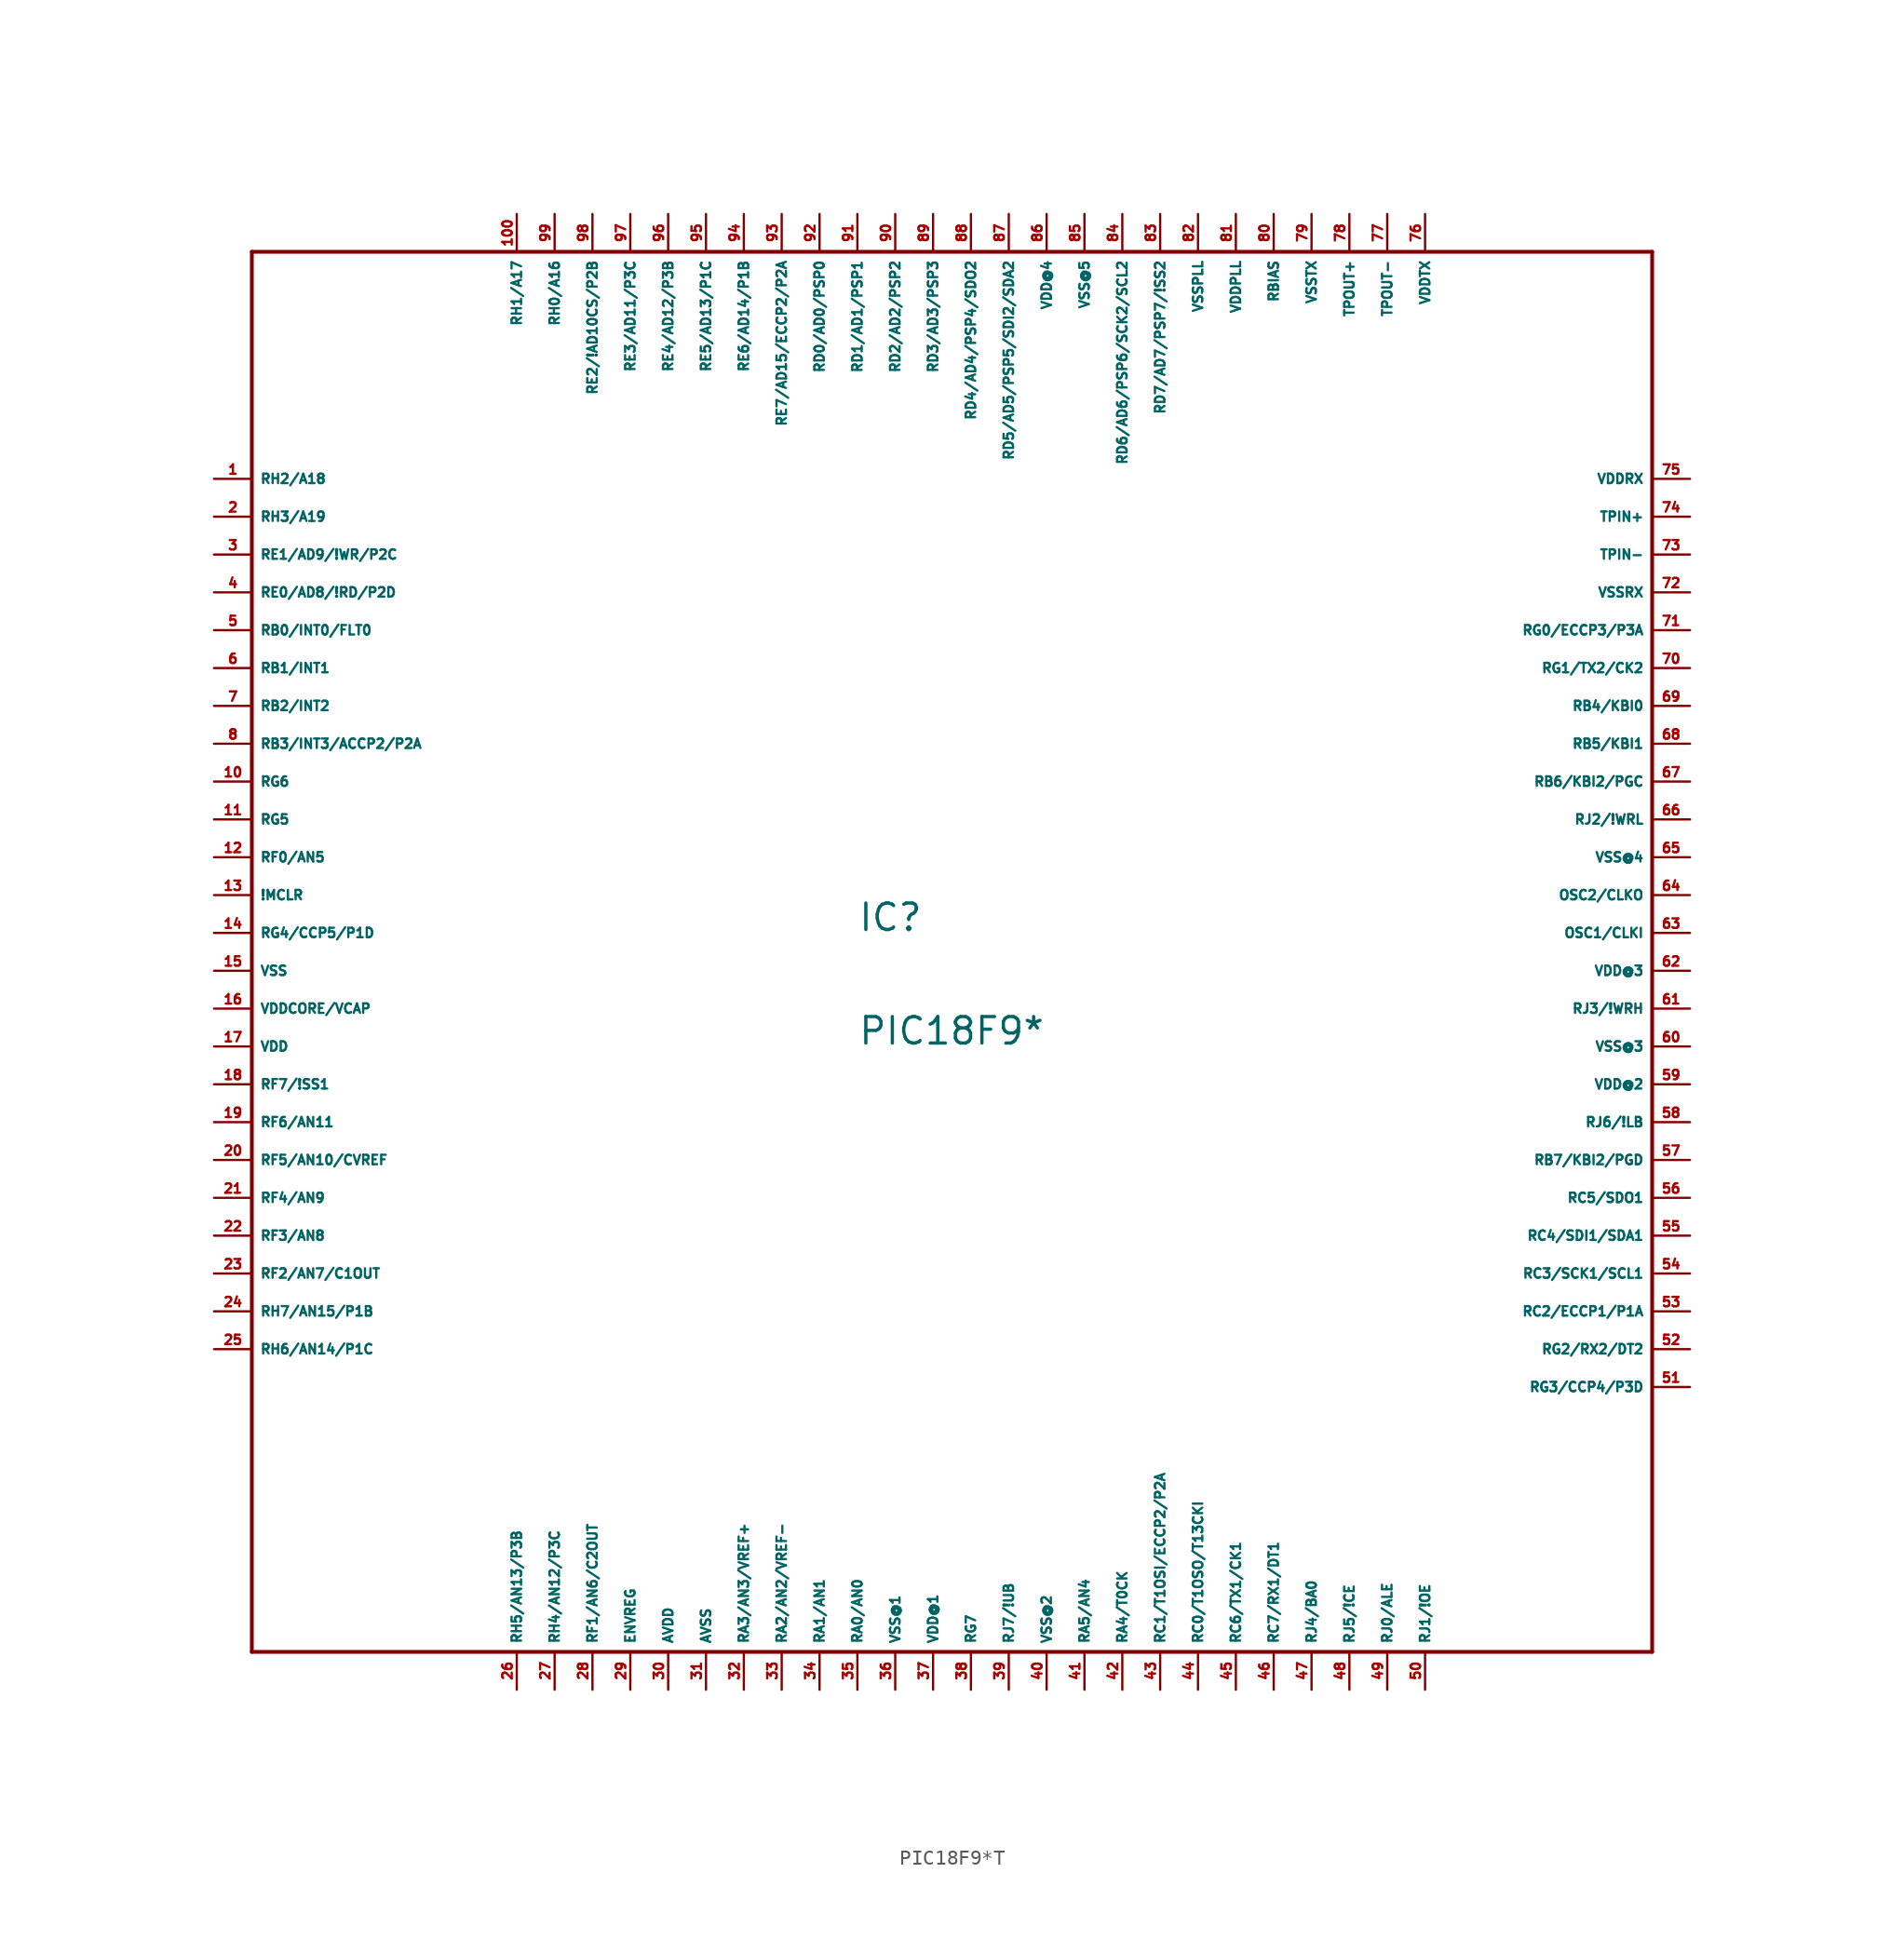
<source format=kicad_sym>
(kicad_symbol_lib
  (version 20220914)
  (generator Eagle2Kicad)
  (symbol "PIC18F9*T"
    (property "Reference" "IC"
      (at -7.62 2.54 0)
      (effects (font (size 1.778 1.778) (thickness 0.22)) (justify left bottom)))
    (property "Value" "PIC18F9*"
      (at -7.62 -5.08 0)
      (effects (font (size 1.778 1.778) (thickness 0.22)) (justify left bottom)))
    (polyline
      (pts (xy -48.26 48.26) (xy 45.72 48.26))
      (stroke (width 0.254) (type default))
      (fill (type none)))
    (polyline
      (pts (xy 45.72 48.26) (xy 45.72 -45.72))
      (stroke (width 0.254) (type default))
      (fill (type none)))
    (polyline
      (pts (xy 45.72 -45.72) (xy -48.26 -45.72))
      (stroke (width 0.254) (type default))
      (fill (type none)))
    (polyline
      (pts (xy -48.26 -45.72) (xy -48.26 48.26))
      (stroke (width 0.254) (type default))
      (fill (type none)))
    (pin bidirectional line
      (at -50.8 27.94 0)
      (length 2.54)
      (name "RE1/AD9/!WR/P2C" (effects (font (size 0.635 0.635) (thickness 0.08)) (justify left bottom)))
      (number "3" (effects (font (size 0.635 0.635) (thickness 0.08)) (justify left bottom))))
    (pin bidirectional line
      (at -50.8 25.4 0)
      (length 2.54)
      (name "RE0/AD8/!RD/P2D" (effects (font (size 0.635 0.635) (thickness 0.08)) (justify left bottom)))
      (number "4" (effects (font (size 0.635 0.635) (thickness 0.08)) (justify left bottom))))
    (pin bidirectional line
      (at 48.26 22.86 180)
      (length 2.54)
      (name "RG0/ECCP3/P3A" (effects (font (size 0.635 0.635) (thickness 0.08)) (justify left bottom)))
      (number "71" (effects (font (size 0.635 0.635) (thickness 0.08)) (justify left bottom))))
    (pin bidirectional line
      (at 48.26 20.32 180)
      (length 2.54)
      (name "RG1/TX2/CK2" (effects (font (size 0.635 0.635) (thickness 0.08)) (justify left bottom)))
      (number "70" (effects (font (size 0.635 0.635) (thickness 0.08)) (justify left bottom))))
    (pin bidirectional line
      (at 48.26 -25.4 180)
      (length 2.54)
      (name "RG2/RX2/DT2" (effects (font (size 0.635 0.635) (thickness 0.08)) (justify left bottom)))
      (number "52" (effects (font (size 0.635 0.635) (thickness 0.08)) (justify left bottom))))
    (pin bidirectional line
      (at 48.26 -27.94 180)
      (length 2.54)
      (name "RG3/CCP4/P3D" (effects (font (size 0.635 0.635) (thickness 0.08)) (justify left bottom)))
      (number "51" (effects (font (size 0.635 0.635) (thickness 0.08)) (justify left bottom))))
    (pin input line
      (at -50.8 5.08 0)
      (length 2.54)
      (name "!MCLR" (effects (font (size 0.635 0.635) (thickness 0.08)) (justify left bottom)))
      (number "13" (effects (font (size 0.635 0.635) (thickness 0.08)) (justify left bottom))))
    (pin bidirectional line
      (at -50.8 2.54 0)
      (length 2.54)
      (name "RG4/CCP5/P1D" (effects (font (size 0.635 0.635) (thickness 0.08)) (justify left bottom)))
      (number "14" (effects (font (size 0.635 0.635) (thickness 0.08)) (justify left bottom))))
    (pin unspecified line
      (at -50.8 0 0)
      (length 2.54)
      (name "VSS" (effects (font (size 0.635 0.635) (thickness 0.08)) (justify left bottom)))
      (number "15" (effects (font (size 0.635 0.635) (thickness 0.08)) (justify left bottom))))
    (pin unspecified line
      (at -50.8 -2.54 0)
      (length 2.54)
      (name "VDDCORE/VCAP" (effects (font (size 0.635 0.635) (thickness 0.08)) (justify left bottom)))
      (number "16" (effects (font (size 0.635 0.635) (thickness 0.08)) (justify left bottom))))
    (pin bidirectional line
      (at -50.8 -7.62 0)
      (length 2.54)
      (name "RF7/!SS1" (effects (font (size 0.635 0.635) (thickness 0.08)) (justify left bottom)))
      (number "18" (effects (font (size 0.635 0.635) (thickness 0.08)) (justify left bottom))))
    (pin bidirectional line
      (at -50.8 -10.16 0)
      (length 2.54)
      (name "RF6/AN11" (effects (font (size 0.635 0.635) (thickness 0.08)) (justify left bottom)))
      (number "19" (effects (font (size 0.635 0.635) (thickness 0.08)) (justify left bottom))))
    (pin bidirectional line
      (at -50.8 -12.7 0)
      (length 2.54)
      (name "RF5/AN10/CVREF" (effects (font (size 0.635 0.635) (thickness 0.08)) (justify left bottom)))
      (number "20" (effects (font (size 0.635 0.635) (thickness 0.08)) (justify left bottom))))
    (pin bidirectional line
      (at -50.8 -15.24 0)
      (length 2.54)
      (name "RF4/AN9" (effects (font (size 0.635 0.635) (thickness 0.08)) (justify left bottom)))
      (number "21" (effects (font (size 0.635 0.635) (thickness 0.08)) (justify left bottom))))
    (pin bidirectional line
      (at -50.8 -17.78 0)
      (length 2.54)
      (name "RF3/AN8" (effects (font (size 0.635 0.635) (thickness 0.08)) (justify left bottom)))
      (number "22" (effects (font (size 0.635 0.635) (thickness 0.08)) (justify left bottom))))
    (pin bidirectional line
      (at -50.8 -20.32 0)
      (length 2.54)
      (name "RF2/AN7/C1OUT" (effects (font (size 0.635 0.635) (thickness 0.08)) (justify left bottom)))
      (number "23" (effects (font (size 0.635 0.635) (thickness 0.08)) (justify left bottom))))
    (pin bidirectional line
      (at -25.4 -48.26 90)
      (length 2.54)
      (name "RF1/AN6/C2OUT" (effects (font (size 0.635 0.635) (thickness 0.08)) (justify left bottom)))
      (number "28" (effects (font (size 0.635 0.635) (thickness 0.08)) (justify left bottom))))
    (pin input line
      (at -22.86 -48.26 90)
      (length 2.54)
      (name "ENVREG" (effects (font (size 0.635 0.635) (thickness 0.08)) (justify left bottom)))
      (number "29" (effects (font (size 0.635 0.635) (thickness 0.08)) (justify left bottom))))
    (pin unspecified line
      (at -20.32 -48.26 90)
      (length 2.54)
      (name "AVDD" (effects (font (size 0.635 0.635) (thickness 0.08)) (justify left bottom)))
      (number "30" (effects (font (size 0.635 0.635) (thickness 0.08)) (justify left bottom))))
    (pin unspecified line
      (at -17.78 -48.26 90)
      (length 2.54)
      (name "AVSS" (effects (font (size 0.635 0.635) (thickness 0.08)) (justify left bottom)))
      (number "31" (effects (font (size 0.635 0.635) (thickness 0.08)) (justify left bottom))))
    (pin bidirectional line
      (at -15.24 -48.26 90)
      (length 2.54)
      (name "RA3/AN3/VREF+" (effects (font (size 0.635 0.635) (thickness 0.08)) (justify left bottom)))
      (number "32" (effects (font (size 0.635 0.635) (thickness 0.08)) (justify left bottom))))
    (pin bidirectional line
      (at -12.7 -48.26 90)
      (length 2.54)
      (name "RA2/AN2/VREF-" (effects (font (size 0.635 0.635) (thickness 0.08)) (justify left bottom)))
      (number "33" (effects (font (size 0.635 0.635) (thickness 0.08)) (justify left bottom))))
    (pin bidirectional line
      (at -10.16 -48.26 90)
      (length 2.54)
      (name "RA1/AN1" (effects (font (size 0.635 0.635) (thickness 0.08)) (justify left bottom)))
      (number "34" (effects (font (size 0.635 0.635) (thickness 0.08)) (justify left bottom))))
    (pin bidirectional line
      (at -7.62 -48.26 90)
      (length 2.54)
      (name "RA0/AN0" (effects (font (size 0.635 0.635) (thickness 0.08)) (justify left bottom)))
      (number "35" (effects (font (size 0.635 0.635) (thickness 0.08)) (justify left bottom))))
    (pin unspecified line
      (at -5.08 -48.26 90)
      (length 2.54)
      (name "VSS@1" (effects (font (size 0.635 0.635) (thickness 0.08)) (justify left bottom)))
      (number "36" (effects (font (size 0.635 0.635) (thickness 0.08)) (justify left bottom))))
    (pin unspecified line
      (at -2.54 -48.26 90)
      (length 2.54)
      (name "VDD@1" (effects (font (size 0.635 0.635) (thickness 0.08)) (justify left bottom)))
      (number "37" (effects (font (size 0.635 0.635) (thickness 0.08)) (justify left bottom))))
    (pin bidirectional line
      (at 7.62 -48.26 90)
      (length 2.54)
      (name "RA5/AN4" (effects (font (size 0.635 0.635) (thickness 0.08)) (justify left bottom)))
      (number "41" (effects (font (size 0.635 0.635) (thickness 0.08)) (justify left bottom))))
    (pin bidirectional line
      (at 10.16 -48.26 90)
      (length 2.54)
      (name "RA4/T0CK" (effects (font (size 0.635 0.635) (thickness 0.08)) (justify left bottom)))
      (number "42" (effects (font (size 0.635 0.635) (thickness 0.08)) (justify left bottom))))
    (pin bidirectional line
      (at 12.7 -48.26 90)
      (length 2.54)
      (name "RC1/T1OSI/ECCP2/P2A" (effects (font (size 0.635 0.635) (thickness 0.08)) (justify left bottom)))
      (number "43" (effects (font (size 0.635 0.635) (thickness 0.08)) (justify left bottom))))
    (pin bidirectional line
      (at 15.24 -48.26 90)
      (length 2.54)
      (name "RC0/T1OSO/T13CKI" (effects (font (size 0.635 0.635) (thickness 0.08)) (justify left bottom)))
      (number "44" (effects (font (size 0.635 0.635) (thickness 0.08)) (justify left bottom))))
    (pin bidirectional line
      (at 17.78 -48.26 90)
      (length 2.54)
      (name "RC6/TX1/CK1" (effects (font (size 0.635 0.635) (thickness 0.08)) (justify left bottom)))
      (number "45" (effects (font (size 0.635 0.635) (thickness 0.08)) (justify left bottom))))
    (pin bidirectional line
      (at 20.32 -48.26 90)
      (length 2.54)
      (name "RC7/RX1/DT1" (effects (font (size 0.635 0.635) (thickness 0.08)) (justify left bottom)))
      (number "46" (effects (font (size 0.635 0.635) (thickness 0.08)) (justify left bottom))))
    (pin bidirectional line
      (at 48.26 -22.86 180)
      (length 2.54)
      (name "RC2/ECCP1/P1A" (effects (font (size 0.635 0.635) (thickness 0.08)) (justify left bottom)))
      (number "53" (effects (font (size 0.635 0.635) (thickness 0.08)) (justify left bottom))))
    (pin bidirectional line
      (at 48.26 -20.32 180)
      (length 2.54)
      (name "RC3/SCK1/SCL1" (effects (font (size 0.635 0.635) (thickness 0.08)) (justify left bottom)))
      (number "54" (effects (font (size 0.635 0.635) (thickness 0.08)) (justify left bottom))))
    (pin bidirectional line
      (at 48.26 -17.78 180)
      (length 2.54)
      (name "RC4/SDI1/SDA1" (effects (font (size 0.635 0.635) (thickness 0.08)) (justify left bottom)))
      (number "55" (effects (font (size 0.635 0.635) (thickness 0.08)) (justify left bottom))))
    (pin bidirectional line
      (at 48.26 -15.24 180)
      (length 2.54)
      (name "RC5/SDO1" (effects (font (size 0.635 0.635) (thickness 0.08)) (justify left bottom)))
      (number "56" (effects (font (size 0.635 0.635) (thickness 0.08)) (justify left bottom))))
    (pin bidirectional line
      (at 48.26 -12.7 180)
      (length 2.54)
      (name "RB7/KBI2/PGD" (effects (font (size 0.635 0.635) (thickness 0.08)) (justify left bottom)))
      (number "57" (effects (font (size 0.635 0.635) (thickness 0.08)) (justify left bottom))))
    (pin unspecified line
      (at -50.8 -5.08 0)
      (length 2.54)
      (name "VDD" (effects (font (size 0.635 0.635) (thickness 0.08)) (justify left bottom)))
      (number "17" (effects (font (size 0.635 0.635) (thickness 0.08)) (justify left bottom))))
    (pin input line
      (at 48.26 2.54 180)
      (length 2.54)
      (name "OSC1/CLKI" (effects (font (size 0.635 0.635) (thickness 0.08)) (justify left bottom)))
      (number "63" (effects (font (size 0.635 0.635) (thickness 0.08)) (justify left bottom))))
    (pin output line
      (at 48.26 5.08 180)
      (length 2.54)
      (name "OSC2/CLKO" (effects (font (size 0.635 0.635) (thickness 0.08)) (justify left bottom)))
      (number "64" (effects (font (size 0.635 0.635) (thickness 0.08)) (justify left bottom))))
    (pin unspecified line
      (at 5.08 -48.26 90)
      (length 2.54)
      (name "VSS@2" (effects (font (size 0.635 0.635) (thickness 0.08)) (justify left bottom)))
      (number "40" (effects (font (size 0.635 0.635) (thickness 0.08)) (justify left bottom))))
    (pin bidirectional line
      (at 48.26 12.7 180)
      (length 2.54)
      (name "RB6/KBI2/PGC" (effects (font (size 0.635 0.635) (thickness 0.08)) (justify left bottom)))
      (number "67" (effects (font (size 0.635 0.635) (thickness 0.08)) (justify left bottom))))
    (pin bidirectional line
      (at 48.26 15.24 180)
      (length 2.54)
      (name "RB5/KBI1" (effects (font (size 0.635 0.635) (thickness 0.08)) (justify left bottom)))
      (number "68" (effects (font (size 0.635 0.635) (thickness 0.08)) (justify left bottom))))
    (pin bidirectional line
      (at 48.26 17.78 180)
      (length 2.54)
      (name "RB4/KBI0" (effects (font (size 0.635 0.635) (thickness 0.08)) (justify left bottom)))
      (number "69" (effects (font (size 0.635 0.635) (thickness 0.08)) (justify left bottom))))
    (pin bidirectional line
      (at -50.8 15.24 0)
      (length 2.54)
      (name "RB3/INT3/ACCP2/P2A" (effects (font (size 0.635 0.635) (thickness 0.08)) (justify left bottom)))
      (number "8" (effects (font (size 0.635 0.635) (thickness 0.08)) (justify left bottom))))
    (pin bidirectional line
      (at -50.8 17.78 0)
      (length 2.54)
      (name "RB2/INT2" (effects (font (size 0.635 0.635) (thickness 0.08)) (justify left bottom)))
      (number "7" (effects (font (size 0.635 0.635) (thickness 0.08)) (justify left bottom))))
    (pin bidirectional line
      (at -50.8 20.32 0)
      (length 2.54)
      (name "RB1/INT1" (effects (font (size 0.635 0.635) (thickness 0.08)) (justify left bottom)))
      (number "6" (effects (font (size 0.635 0.635) (thickness 0.08)) (justify left bottom))))
    (pin bidirectional line
      (at -50.8 22.86 0)
      (length 2.54)
      (name "RB0/INT0/FLT0" (effects (font (size 0.635 0.635) (thickness 0.08)) (justify left bottom)))
      (number "5" (effects (font (size 0.635 0.635) (thickness 0.08)) (justify left bottom))))
    (pin bidirectional line
      (at 12.7 50.8 270)
      (length 2.54)
      (name "RD7/AD7/PSP7/!SS2" (effects (font (size 0.635 0.635) (thickness 0.08)) (justify left bottom)))
      (number "83" (effects (font (size 0.635 0.635) (thickness 0.08)) (justify left bottom))))
    (pin bidirectional line
      (at 10.16 50.8 270)
      (length 2.54)
      (name "RD6/AD6/PSP6/SCK2/SCL2" (effects (font (size 0.635 0.635) (thickness 0.08)) (justify left bottom)))
      (number "84" (effects (font (size 0.635 0.635) (thickness 0.08)) (justify left bottom))))
    (pin bidirectional line
      (at 2.54 50.8 270)
      (length 2.54)
      (name "RD5/AD5/PSP5/SDI2/SDA2" (effects (font (size 0.635 0.635) (thickness 0.08)) (justify left bottom)))
      (number "87" (effects (font (size 0.635 0.635) (thickness 0.08)) (justify left bottom))))
    (pin bidirectional line
      (at 0 50.8 270)
      (length 2.54)
      (name "RD4/AD4/PSP4/SDO2" (effects (font (size 0.635 0.635) (thickness 0.08)) (justify left bottom)))
      (number "88" (effects (font (size 0.635 0.635) (thickness 0.08)) (justify left bottom))))
    (pin bidirectional line
      (at -2.54 50.8 270)
      (length 2.54)
      (name "RD3/AD3/PSP3" (effects (font (size 0.635 0.635) (thickness 0.08)) (justify left bottom)))
      (number "89" (effects (font (size 0.635 0.635) (thickness 0.08)) (justify left bottom))))
    (pin bidirectional line
      (at -5.08 50.8 270)
      (length 2.54)
      (name "RD2/AD2/PSP2" (effects (font (size 0.635 0.635) (thickness 0.08)) (justify left bottom)))
      (number "90" (effects (font (size 0.635 0.635) (thickness 0.08)) (justify left bottom))))
    (pin bidirectional line
      (at -7.62 50.8 270)
      (length 2.54)
      (name "RD1/AD1/PSP1" (effects (font (size 0.635 0.635) (thickness 0.08)) (justify left bottom)))
      (number "91" (effects (font (size 0.635 0.635) (thickness 0.08)) (justify left bottom))))
    (pin bidirectional line
      (at -10.16 50.8 270)
      (length 2.54)
      (name "RD0/AD0/PSP0" (effects (font (size 0.635 0.635) (thickness 0.08)) (justify left bottom)))
      (number "92" (effects (font (size 0.635 0.635) (thickness 0.08)) (justify left bottom))))
    (pin unspecified line
      (at 48.26 -5.08 180)
      (length 2.54)
      (name "VSS@3" (effects (font (size 0.635 0.635) (thickness 0.08)) (justify left bottom)))
      (number "60" (effects (font (size 0.635 0.635) (thickness 0.08)) (justify left bottom))))
    (pin unspecified line
      (at 48.26 -7.62 180)
      (length 2.54)
      (name "VDD@2" (effects (font (size 0.635 0.635) (thickness 0.08)) (justify left bottom)))
      (number "59" (effects (font (size 0.635 0.635) (thickness 0.08)) (justify left bottom))))
    (pin bidirectional line
      (at -12.7 50.8 270)
      (length 2.54)
      (name "RE7/AD15/ECCP2/P2A" (effects (font (size 0.635 0.635) (thickness 0.08)) (justify left bottom)))
      (number "93" (effects (font (size 0.635 0.635) (thickness 0.08)) (justify left bottom))))
    (pin bidirectional line
      (at -15.24 50.8 270)
      (length 2.54)
      (name "RE6/AD14/P1B" (effects (font (size 0.635 0.635) (thickness 0.08)) (justify left bottom)))
      (number "94" (effects (font (size 0.635 0.635) (thickness 0.08)) (justify left bottom))))
    (pin bidirectional line
      (at -17.78 50.8 270)
      (length 2.54)
      (name "RE5/AD13/P1C" (effects (font (size 0.635 0.635) (thickness 0.08)) (justify left bottom)))
      (number "95" (effects (font (size 0.635 0.635) (thickness 0.08)) (justify left bottom))))
    (pin bidirectional line
      (at -20.32 50.8 270)
      (length 2.54)
      (name "RE4/AD12/P3B" (effects (font (size 0.635 0.635) (thickness 0.08)) (justify left bottom)))
      (number "96" (effects (font (size 0.635 0.635) (thickness 0.08)) (justify left bottom))))
    (pin bidirectional line
      (at -22.86 50.8 270)
      (length 2.54)
      (name "RE3/AD11/P3C" (effects (font (size 0.635 0.635) (thickness 0.08)) (justify left bottom)))
      (number "97" (effects (font (size 0.635 0.635) (thickness 0.08)) (justify left bottom))))
    (pin bidirectional line
      (at -25.4 50.8 270)
      (length 2.54)
      (name "RE2/!AD10CS/P2B" (effects (font (size 0.635 0.635) (thickness 0.08)) (justify left bottom)))
      (number "98" (effects (font (size 0.635 0.635) (thickness 0.08)) (justify left bottom))))
    (pin bidirectional line
      (at -50.8 33.02 0)
      (length 2.54)
      (name "RH2/A18" (effects (font (size 0.635 0.635) (thickness 0.08)) (justify left bottom)))
      (number "1" (effects (font (size 0.635 0.635) (thickness 0.08)) (justify left bottom))))
    (pin bidirectional line
      (at -50.8 30.48 0)
      (length 2.54)
      (name "RH3/A19" (effects (font (size 0.635 0.635) (thickness 0.08)) (justify left bottom)))
      (number "2" (effects (font (size 0.635 0.635) (thickness 0.08)) (justify left bottom))))
    (pin bidirectional line
      (at -50.8 -22.86 0)
      (length 2.54)
      (name "RH7/AN15/P1B" (effects (font (size 0.635 0.635) (thickness 0.08)) (justify left bottom)))
      (number "24" (effects (font (size 0.635 0.635) (thickness 0.08)) (justify left bottom))))
    (pin bidirectional line
      (at -50.8 -25.4 0)
      (length 2.54)
      (name "RH6/AN14/P1C" (effects (font (size 0.635 0.635) (thickness 0.08)) (justify left bottom)))
      (number "25" (effects (font (size 0.635 0.635) (thickness 0.08)) (justify left bottom))))
    (pin bidirectional line
      (at -30.48 -48.26 90)
      (length 2.54)
      (name "RH5/AN13/P3B" (effects (font (size 0.635 0.635) (thickness 0.08)) (justify left bottom)))
      (number "26" (effects (font (size 0.635 0.635) (thickness 0.08)) (justify left bottom))))
    (pin bidirectional line
      (at -27.94 -48.26 90)
      (length 2.54)
      (name "RH4/AN12/P3C" (effects (font (size 0.635 0.635) (thickness 0.08)) (justify left bottom)))
      (number "27" (effects (font (size 0.635 0.635) (thickness 0.08)) (justify left bottom))))
    (pin bidirectional line
      (at 22.86 -48.26 90)
      (length 2.54)
      (name "RJ4/BA0" (effects (font (size 0.635 0.635) (thickness 0.08)) (justify left bottom)))
      (number "47" (effects (font (size 0.635 0.635) (thickness 0.08)) (justify left bottom))))
    (pin bidirectional line
      (at 25.4 -48.26 90)
      (length 2.54)
      (name "RJ5/!CE" (effects (font (size 0.635 0.635) (thickness 0.08)) (justify left bottom)))
      (number "48" (effects (font (size 0.635 0.635) (thickness 0.08)) (justify left bottom))))
    (pin bidirectional line
      (at 48.26 -10.16 180)
      (length 2.54)
      (name "RJ6/!LB" (effects (font (size 0.635 0.635) (thickness 0.08)) (justify left bottom)))
      (number "58" (effects (font (size 0.635 0.635) (thickness 0.08)) (justify left bottom))))
    (pin bidirectional line
      (at 2.54 -48.26 90)
      (length 2.54)
      (name "RJ7/!UB" (effects (font (size 0.635 0.635) (thickness 0.08)) (justify left bottom)))
      (number "39" (effects (font (size 0.635 0.635) (thickness 0.08)) (justify left bottom))))
    (pin bidirectional line
      (at 48.26 -2.54 180)
      (length 2.54)
      (name "RJ3/!WRH" (effects (font (size 0.635 0.635) (thickness 0.08)) (justify left bottom)))
      (number "61" (effects (font (size 0.635 0.635) (thickness 0.08)) (justify left bottom))))
    (pin bidirectional line
      (at 48.26 10.16 180)
      (length 2.54)
      (name "RJ2/!WRL" (effects (font (size 0.635 0.635) (thickness 0.08)) (justify left bottom)))
      (number "66" (effects (font (size 0.635 0.635) (thickness 0.08)) (justify left bottom))))
    (pin bidirectional line
      (at 30.48 -48.26 90)
      (length 2.54)
      (name "RJ1/!OE" (effects (font (size 0.635 0.635) (thickness 0.08)) (justify left bottom)))
      (number "50" (effects (font (size 0.635 0.635) (thickness 0.08)) (justify left bottom))))
    (pin bidirectional line
      (at 27.94 -48.26 90)
      (length 2.54)
      (name "RJ0/ALE" (effects (font (size 0.635 0.635) (thickness 0.08)) (justify left bottom)))
      (number "49" (effects (font (size 0.635 0.635) (thickness 0.08)) (justify left bottom))))
    (pin bidirectional line
      (at -27.94 50.8 270)
      (length 2.54)
      (name "RH0/A16" (effects (font (size 0.635 0.635) (thickness 0.08)) (justify left bottom)))
      (number "99" (effects (font (size 0.635 0.635) (thickness 0.08)) (justify left bottom))))
    (pin bidirectional line
      (at -30.48 50.8 270)
      (length 2.54)
      (name "RH1/A17" (effects (font (size 0.635 0.635) (thickness 0.08)) (justify left bottom)))
      (number "100" (effects (font (size 0.635 0.635) (thickness 0.08)) (justify left bottom))))
    (pin bidirectional line
      (at -50.8 10.16 0)
      (length 2.54)
      (name "RG5" (effects (font (size 0.635 0.635) (thickness 0.08)) (justify left bottom)))
      (number "11" (effects (font (size 0.635 0.635) (thickness 0.08)) (justify left bottom))))
    (pin bidirectional line
      (at -50.8 12.7 0)
      (length 2.54)
      (name "RG6" (effects (font (size 0.635 0.635) (thickness 0.08)) (justify left bottom)))
      (number "10" (effects (font (size 0.635 0.635) (thickness 0.08)) (justify left bottom))))
    (pin bidirectional line
      (at -50.8 7.62 0)
      (length 2.54)
      (name "RF0/AN5" (effects (font (size 0.635 0.635) (thickness 0.08)) (justify left bottom)))
      (number "12" (effects (font (size 0.635 0.635) (thickness 0.08)) (justify left bottom))))
    (pin bidirectional line
      (at 0 -48.26 90)
      (length 2.54)
      (name "RG7" (effects (font (size 0.635 0.635) (thickness 0.08)) (justify left bottom)))
      (number "38" (effects (font (size 0.635 0.635) (thickness 0.08)) (justify left bottom))))
    (pin unspecified line
      (at 48.26 0 180)
      (length 2.54)
      (name "VDD@3" (effects (font (size 0.635 0.635) (thickness 0.08)) (justify left bottom)))
      (number "62" (effects (font (size 0.635 0.635) (thickness 0.08)) (justify left bottom))))
    (pin unspecified line
      (at 48.26 7.62 180)
      (length 2.54)
      (name "VSS@4" (effects (font (size 0.635 0.635) (thickness 0.08)) (justify left bottom)))
      (number "65" (effects (font (size 0.635 0.635) (thickness 0.08)) (justify left bottom))))
    (pin unspecified line
      (at 48.26 25.4 180)
      (length 2.54)
      (name "VSSRX" (effects (font (size 0.635 0.635) (thickness 0.08)) (justify left bottom)))
      (number "72" (effects (font (size 0.635 0.635) (thickness 0.08)) (justify left bottom))))
    (pin input line
      (at 48.26 27.94 180)
      (length 2.54)
      (name "TPIN-" (effects (font (size 0.635 0.635) (thickness 0.08)) (justify left bottom)))
      (number "73" (effects (font (size 0.635 0.635) (thickness 0.08)) (justify left bottom))))
    (pin input line
      (at 48.26 30.48 180)
      (length 2.54)
      (name "TPIN+" (effects (font (size 0.635 0.635) (thickness 0.08)) (justify left bottom)))
      (number "74" (effects (font (size 0.635 0.635) (thickness 0.08)) (justify left bottom))))
    (pin unspecified line
      (at 48.26 33.02 180)
      (length 2.54)
      (name "VDDRX" (effects (font (size 0.635 0.635) (thickness 0.08)) (justify left bottom)))
      (number "75" (effects (font (size 0.635 0.635) (thickness 0.08)) (justify left bottom))))
    (pin unspecified line
      (at 30.48 50.8 270)
      (length 2.54)
      (name "VDDTX" (effects (font (size 0.635 0.635) (thickness 0.08)) (justify left bottom)))
      (number "76" (effects (font (size 0.635 0.635) (thickness 0.08)) (justify left bottom))))
    (pin output line
      (at 27.94 50.8 270)
      (length 2.54)
      (name "TPOUT-" (effects (font (size 0.635 0.635) (thickness 0.08)) (justify left bottom)))
      (number "77" (effects (font (size 0.635 0.635) (thickness 0.08)) (justify left bottom))))
    (pin output line
      (at 25.4 50.8 270)
      (length 2.54)
      (name "TPOUT+" (effects (font (size 0.635 0.635) (thickness 0.08)) (justify left bottom)))
      (number "78" (effects (font (size 0.635 0.635) (thickness 0.08)) (justify left bottom))))
    (pin unspecified line
      (at 22.86 50.8 270)
      (length 2.54)
      (name "VSSTX" (effects (font (size 0.635 0.635) (thickness 0.08)) (justify left bottom)))
      (number "79" (effects (font (size 0.635 0.635) (thickness 0.08)) (justify left bottom))))
    (pin unspecified line
      (at 17.78 50.8 270)
      (length 2.54)
      (name "VDDPLL" (effects (font (size 0.635 0.635) (thickness 0.08)) (justify left bottom)))
      (number "81" (effects (font (size 0.635 0.635) (thickness 0.08)) (justify left bottom))))
    (pin unspecified line
      (at 15.24 50.8 270)
      (length 2.54)
      (name "VSSPLL" (effects (font (size 0.635 0.635) (thickness 0.08)) (justify left bottom)))
      (number "82" (effects (font (size 0.635 0.635) (thickness 0.08)) (justify left bottom))))
    (pin unspecified line
      (at 7.62 50.8 270)
      (length 2.54)
      (name "VSS@5" (effects (font (size 0.635 0.635) (thickness 0.08)) (justify left bottom)))
      (number "85" (effects (font (size 0.635 0.635) (thickness 0.08)) (justify left bottom))))
    (pin unspecified line
      (at 5.08 50.8 270)
      (length 2.54)
      (name "VDD@4" (effects (font (size 0.635 0.635) (thickness 0.08)) (justify left bottom)))
      (number "86" (effects (font (size 0.635 0.635) (thickness 0.08)) (justify left bottom))))
    (pin bidirectional line
      (at 20.32 50.8 270)
      (length 2.54)
      (name "RBIAS" (effects (font (size 0.635 0.635) (thickness 0.08)) (justify left bottom)))
      (number "80" (effects (font (size 0.635 0.635) (thickness 0.08)) (justify left bottom))))))
</source>
